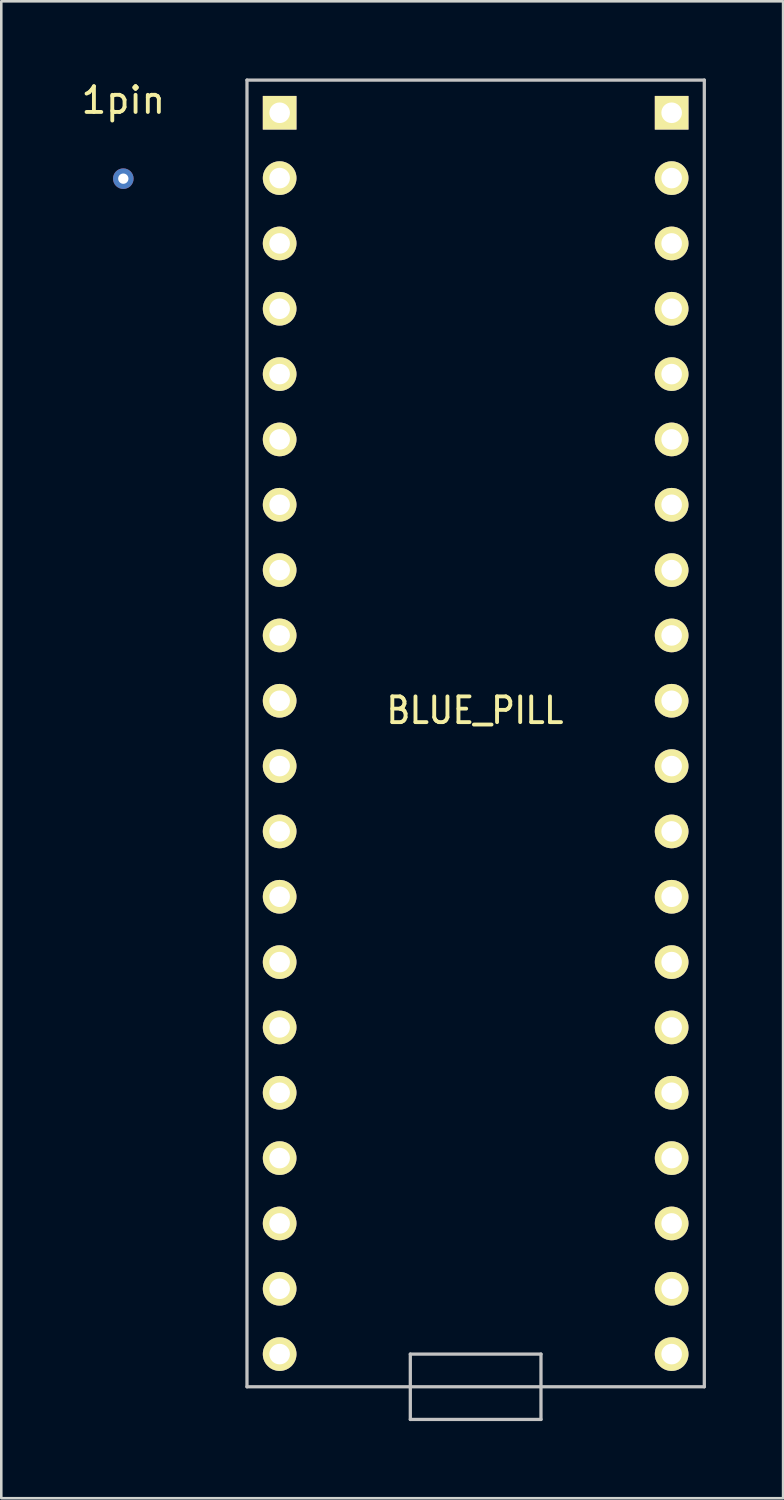
<source format=kicad_pcb>
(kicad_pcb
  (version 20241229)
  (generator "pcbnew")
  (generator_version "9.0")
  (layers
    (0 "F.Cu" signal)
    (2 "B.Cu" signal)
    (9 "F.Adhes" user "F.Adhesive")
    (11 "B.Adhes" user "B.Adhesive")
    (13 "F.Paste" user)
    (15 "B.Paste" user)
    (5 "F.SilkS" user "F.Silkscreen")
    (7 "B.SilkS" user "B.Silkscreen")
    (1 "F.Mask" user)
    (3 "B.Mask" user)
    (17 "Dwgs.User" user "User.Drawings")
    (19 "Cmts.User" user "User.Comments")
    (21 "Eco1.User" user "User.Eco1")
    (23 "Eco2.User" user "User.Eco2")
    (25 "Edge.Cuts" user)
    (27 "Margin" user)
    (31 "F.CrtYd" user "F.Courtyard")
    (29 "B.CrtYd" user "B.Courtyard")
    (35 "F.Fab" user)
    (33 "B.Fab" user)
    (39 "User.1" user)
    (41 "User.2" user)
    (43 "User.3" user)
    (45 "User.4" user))
  (footprint "1pin"
    (layer "F.Cu")
    (at 1.744 3.896)
    (property "Reference" "1pin" (at 0 -3.048 0) (layer "F.SilkS") (effects (font (size 1 1) (thickness 0.15))))
    (attr through_hole)
    (pad "" thru_hole circle (at 0 0) (size 0.8 0.8) (drill 0.4) (layers "*.Cu")))
  (footprint "BLUE_PILL"
    (layer "F.Cu")
    (at 15.442 24.194)
    (property "Reference" "BLUE_PILL" (at -0.025 0.375 0) (layer "F.SilkS") (effects (font (size 1 0.9) (thickness 0.15))))
    (attr through_hole)
    (fp_line (start -8.89 -24.13) (end -8.89 26.67) (stroke (width 0.127) (type solid)) (layer "Dwgs.User"))
    (fp_line (start -8.89 26.67) (end 8.89 26.67) (stroke (width 0.127) (type solid)) (layer "Dwgs.User"))
    (fp_line (start -2.54 25.4) (end 2.54 25.4) (stroke (width 0.127) (type solid)) (layer "Dwgs.User"))
    (fp_line (start -2.54 27.94) (end -2.54 25.4) (stroke (width 0.127) (type solid)) (layer "Dwgs.User"))
    (fp_line (start 2.54 25.4) (end 2.54 27.94) (stroke (width 0.127) (type solid)) (layer "Dwgs.User"))
    (fp_line (start 2.54 27.94) (end -2.54 27.94) (stroke (width 0.127) (type solid)) (layer "Dwgs.User"))
    (fp_line (start 8.89 -24.13) (end -8.89 -24.13) (stroke (width 0.127) (type solid)) (layer "Dwgs.User"))
    (fp_line (start 8.89 26.67) (end 8.89 -24.13) (stroke (width 0.127) (type solid)) (layer "Dwgs.User"))
    (pad "P$1" thru_hole rect (at -7.62 -22.86) (size 1.308 1.308) (drill 0.8) (layers "*.Cu" "*.Mask" "F.SilkS"))
    (pad "P$2" thru_hole circle (at -7.62 -20.32) (size 1.308 1.308) (drill 0.8) (layers "*.Cu" "*.Mask" "F.SilkS"))
    (pad "P$3" thru_hole circle (at -7.62 -17.78) (size 1.308 1.308) (drill 0.8) (layers "*.Cu" "*.Mask" "F.SilkS"))
    (pad "P$4" thru_hole circle (at -7.62 -15.24) (size 1.308 1.308) (drill 0.8) (layers "*.Cu" "*.Mask" "F.SilkS"))
    (pad "P$5" thru_hole circle (at -7.62 -12.7) (size 1.308 1.308) (drill 0.8) (layers "*.Cu" "*.Mask" "F.SilkS"))
    (pad "P$6" thru_hole circle (at -7.62 -10.16) (size 1.308 1.308) (drill 0.8) (layers "*.Cu" "*.Mask" "F.SilkS"))
    (pad "P$7" thru_hole circle (at -7.62 -7.62) (size 1.308 1.308) (drill 0.8) (layers "*.Cu" "*.Mask" "F.SilkS"))
    (pad "P$8" thru_hole circle (at -7.62 -5.08) (size 1.308 1.308) (drill 0.8) (layers "*.Cu" "*.Mask" "F.SilkS"))
    (pad "P$9" thru_hole circle (at -7.62 -2.54) (size 1.308 1.308) (drill 0.8) (layers "*.Cu" "*.Mask" "F.SilkS"))
    (pad "P$10" thru_hole circle (at -7.62 0) (size 1.308 1.308) (drill 0.8) (layers "*.Cu" "*.Mask" "F.SilkS"))
    (pad "P$11" thru_hole circle (at -7.62 2.54) (size 1.308 1.308) (drill 0.8) (layers "*.Cu" "*.Mask" "F.SilkS"))
    (pad "P$12" thru_hole circle (at -7.62 5.08) (size 1.308 1.308) (drill 0.8) (layers "*.Cu" "*.Mask" "F.SilkS"))
    (pad "P$13" thru_hole circle (at -7.62 7.62) (size 1.308 1.308) (drill 0.8) (layers "*.Cu" "*.Mask" "F.SilkS"))
    (pad "P$14" thru_hole circle (at -7.62 10.16) (size 1.308 1.308) (drill 0.8) (layers "*.Cu" "*.Mask" "F.SilkS"))
    (pad "P$15" thru_hole circle (at -7.62 12.7) (size 1.308 1.308) (drill 0.8) (layers "*.Cu" "*.Mask" "F.SilkS"))
    (pad "P$16" thru_hole circle (at -7.62 15.24) (size 1.308 1.308) (drill 0.8) (layers "*.Cu" "*.Mask" "F.SilkS"))
    (pad "P$17" thru_hole circle (at -7.62 17.78) (size 1.308 1.308) (drill 0.8) (layers "*.Cu" "*.Mask" "F.SilkS"))
    (pad "P$18" thru_hole circle (at -7.62 20.32) (size 1.308 1.308) (drill 0.8) (layers "*.Cu" "*.Mask" "F.SilkS"))
    (pad "P$19" thru_hole circle (at -7.62 22.86) (size 1.308 1.308) (drill 0.8) (layers "*.Cu" "*.Mask" "F.SilkS"))
    (pad "P$20" thru_hole circle (at -7.62 25.4) (size 1.308 1.308) (drill 0.8) (layers "*.Cu" "*.Mask" "F.SilkS"))
    (pad "P$21" thru_hole circle (at 7.62 25.4) (size 1.308 1.308) (drill 0.8) (layers "*.Cu" "*.Mask" "F.SilkS"))
    (pad "P$22" thru_hole circle (at 7.62 22.86) (size 1.308 1.308) (drill 0.8) (layers "*.Cu" "*.Mask" "F.SilkS"))
    (pad "P$23" thru_hole circle (at 7.62 20.32) (size 1.308 1.308) (drill 0.8) (layers "*.Cu" "*.Mask" "F.SilkS"))
    (pad "P$24" thru_hole circle (at 7.62 17.78) (size 1.308 1.308) (drill 0.8) (layers "*.Cu" "*.Mask" "F.SilkS"))
    (pad "P$25" thru_hole circle (at 7.62 15.24) (size 1.308 1.308) (drill 0.8) (layers "*.Cu" "*.Mask" "F.SilkS"))
    (pad "P$26" thru_hole circle (at 7.62 12.7) (size 1.308 1.308) (drill 0.8) (layers "*.Cu" "*.Mask" "F.SilkS"))
    (pad "P$27" thru_hole circle (at 7.62 10.16) (size 1.308 1.308) (drill 0.8) (layers "*.Cu" "*.Mask" "F.SilkS"))
    (pad "P$28" thru_hole circle (at 7.62 7.62) (size 1.308 1.308) (drill 0.8) (layers "*.Cu" "*.Mask" "F.SilkS"))
    (pad "P$29" thru_hole circle (at 7.62 5.08) (size 1.308 1.308) (drill 0.8) (layers "*.Cu" "*.Mask" "F.SilkS"))
    (pad "P$30" thru_hole circle (at 7.62 2.54) (size 1.308 1.308) (drill 0.8) (layers "*.Cu" "*.Mask" "F.SilkS"))
    (pad "P$31" thru_hole circle (at 7.62 0) (size 1.308 1.308) (drill 0.8) (layers "*.Cu" "*.Mask" "F.SilkS"))
    (pad "P$32" thru_hole circle (at 7.62 -2.54) (size 1.308 1.308) (drill 0.8) (layers "*.Cu" "*.Mask" "F.SilkS"))
    (pad "P$33" thru_hole circle (at 7.62 -5.08) (size 1.308 1.308) (drill 0.8) (layers "*.Cu" "*.Mask" "F.SilkS"))
    (pad "P$34" thru_hole circle (at 7.62 -7.62) (size 1.308 1.308) (drill 0.8) (layers "*.Cu" "*.Mask" "F.SilkS"))
    (pad "P$35" thru_hole circle (at 7.62 -10.16) (size 1.308 1.308) (drill 0.8) (layers "*.Cu" "*.Mask" "F.SilkS"))
    (pad "P$36" thru_hole circle (at 7.62 -12.7) (size 1.308 1.308) (drill 0.8) (layers "*.Cu" "*.Mask" "F.SilkS"))
    (pad "P$37" thru_hole circle (at 7.62 -15.24) (size 1.308 1.308) (drill 0.8) (layers "*.Cu" "*.Mask" "F.SilkS"))
    (pad "P$38" thru_hole circle (at 7.62 -17.78) (size 1.308 1.308) (drill 0.8) (layers "*.Cu" "*.Mask" "F.SilkS"))
    (pad "P$39" thru_hole circle (at 7.62 -20.32) (size 1.308 1.308) (drill 0.8) (layers "*.Cu" "*.Mask" "F.SilkS"))
    (pad "P$40" thru_hole rect (at 7.62 -22.86) (size 1.308 1.308) (drill 0.8) (layers "*.Cu" "*.Mask" "F.SilkS")))
  (gr_rect
    (start -3 -3)
    (end 27.395 55.197)
    (stroke (width 0.1) (type default))
    (fill no)
    (layer "Edge.Cuts")))
</source>
